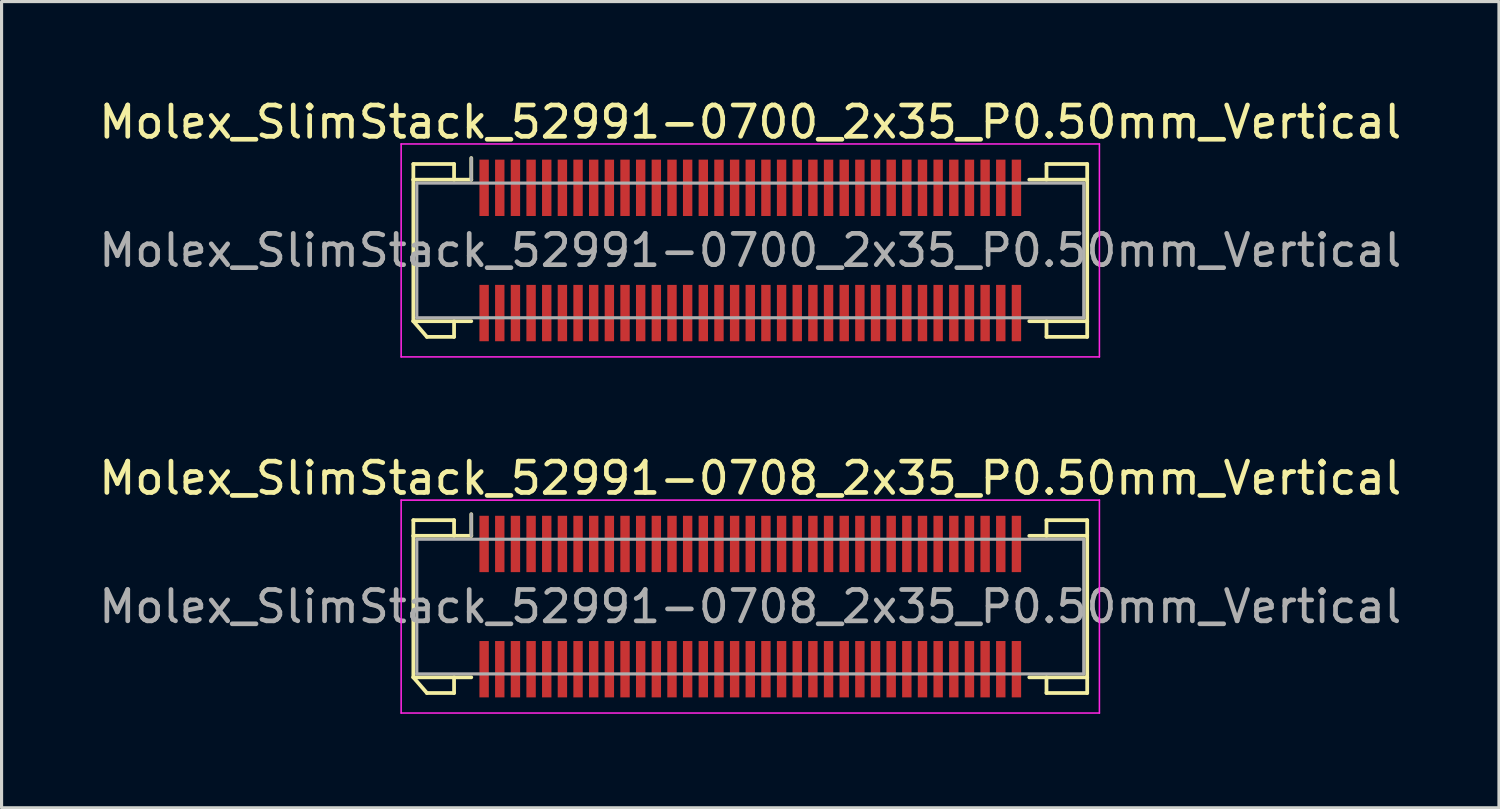
<source format=kicad_pcb>
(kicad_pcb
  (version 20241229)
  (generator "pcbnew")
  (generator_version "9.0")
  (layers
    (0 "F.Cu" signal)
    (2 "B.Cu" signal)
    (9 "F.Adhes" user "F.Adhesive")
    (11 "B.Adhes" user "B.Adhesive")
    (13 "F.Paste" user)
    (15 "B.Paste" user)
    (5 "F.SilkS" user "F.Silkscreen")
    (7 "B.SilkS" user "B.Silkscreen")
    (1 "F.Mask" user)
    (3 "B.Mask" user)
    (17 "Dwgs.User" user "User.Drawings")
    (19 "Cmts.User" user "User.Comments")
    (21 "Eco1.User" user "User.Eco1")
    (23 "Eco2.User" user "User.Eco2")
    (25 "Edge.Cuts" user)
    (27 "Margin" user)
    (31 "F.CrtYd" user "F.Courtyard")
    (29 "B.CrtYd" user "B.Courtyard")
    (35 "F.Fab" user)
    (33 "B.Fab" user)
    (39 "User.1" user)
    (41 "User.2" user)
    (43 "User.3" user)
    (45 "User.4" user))
  (footprint "Molex_SlimStack_52991-0708_2x35_P0.50mm_Vertical"
    (layer "F.Cu")
    (at 20.911 16.322)
    (property "Reference" "Molex_SlimStack_52991-0708_2x35_P0.50mm_Vertical" (at 0 -4.1 0) (layer "F.SilkS") (effects (font (size 1 1) (thickness 0.15))))
    (attr smd)
    (fp_line (start -10.76 -2.76) (end -9.46 -2.76) (stroke (width 0.12) (type solid)) (layer "F.SilkS"))
    (fp_line (start -10.76 -2.26) (end -10.76 -2.76) (stroke (width 0.12) (type solid)) (layer "F.SilkS"))
    (fp_line (start -10.76 -2.26) (end -8.91 -2.26) (stroke (width 0.12) (type solid)) (layer "F.SilkS"))
    (fp_line (start -10.76 2.26) (end -10.76 -2.26) (stroke (width 0.12) (type solid)) (layer "F.SilkS"))
    (fp_line (start -10.76 2.26) (end -10.327 2.76) (stroke (width 0.12) (type solid)) (layer "F.SilkS"))
    (fp_line (start -10.327 2.76) (end -9.46 2.76) (stroke (width 0.12) (type solid)) (layer "F.SilkS"))
    (fp_line (start -9.46 -2.76) (end -9.46 -2.26) (stroke (width 0.12) (type solid)) (layer "F.SilkS"))
    (fp_line (start -9.46 2.76) (end -9.46 2.26) (stroke (width 0.12) (type solid)) (layer "F.SilkS"))
    (fp_line (start -8.91 -2.26) (end -8.91 -2.95) (stroke (width 0.12) (type solid)) (layer "F.SilkS"))
    (fp_line (start -8.91 2.26) (end -10.76 2.26) (stroke (width 0.12) (type solid)) (layer "F.SilkS"))
    (fp_line (start 8.91 2.26) (end 10.76 2.26) (stroke (width 0.12) (type solid)) (layer "F.SilkS"))
    (fp_line (start 9.46 -2.76) (end 9.46 -2.26) (stroke (width 0.12) (type solid)) (layer "F.SilkS"))
    (fp_line (start 9.46 2.76) (end 9.46 2.26) (stroke (width 0.12) (type solid)) (layer "F.SilkS"))
    (fp_line (start 10.76 -2.76) (end 9.46 -2.76) (stroke (width 0.12) (type solid)) (layer "F.SilkS"))
    (fp_line (start 10.76 -2.26) (end 8.91 -2.26) (stroke (width 0.12) (type solid)) (layer "F.SilkS"))
    (fp_line (start 10.76 -2.26) (end 10.76 -2.76) (stroke (width 0.12) (type solid)) (layer "F.SilkS"))
    (fp_line (start 10.76 2.26) (end 10.76 -2.26) (stroke (width 0.12) (type solid)) (layer "F.SilkS"))
    (fp_line (start 10.76 2.26) (end 10.76 2.76) (stroke (width 0.12) (type solid)) (layer "F.SilkS"))
    (fp_line (start 10.76 2.76) (end 9.46 2.76) (stroke (width 0.12) (type solid)) (layer "F.SilkS"))
    (fp_line (start -11.15 -3.4) (end -11.15 3.4) (stroke (width 0.05) (type solid)) (layer "F.CrtYd"))
    (fp_line (start -11.15 3.4) (end 11.15 3.4) (stroke (width 0.05) (type solid)) (layer "F.CrtYd"))
    (fp_line (start 11.15 -3.4) (end -11.15 -3.4) (stroke (width 0.05) (type solid)) (layer "F.CrtYd"))
    (fp_line (start 11.15 3.4) (end 11.15 -3.4) (stroke (width 0.05) (type solid)) (layer "F.CrtYd"))
    (fp_line (start -10.65 -2.15) (end -10.65 2.15) (stroke (width 0.1) (type solid)) (layer "F.Fab"))
    (fp_line (start -10.65 2.15) (end 10.65 2.15) (stroke (width 0.1) (type solid)) (layer "F.Fab"))
    (fp_line (start -8.91 -2.26) (end -8.91 -2.95) (stroke (width 0.1) (type solid)) (layer "F.Fab"))
    (fp_line (start 10.65 -2.15) (end -10.65 -2.15) (stroke (width 0.1) (type solid)) (layer "F.Fab"))
    (fp_line (start 10.65 2.15) (end 10.65 -2.15) (stroke (width 0.1) (type solid)) (layer "F.Fab"))
    (fp_text user "${REFERENCE}" (at 0 0 0) (layer "F.Fab") (effects (font (size 1 1) (thickness 0.15))))
    (pad "1" smd rect (at -8.5 -2) (size 0.3 1.8) (layers "F.Cu" "F.Mask" "F.Paste"))
    (pad "2" smd rect (at -8.5 2) (size 0.3 1.8) (layers "F.Cu" "F.Mask" "F.Paste"))
    (pad "3" smd rect (at -8 -2) (size 0.3 1.8) (layers "F.Cu" "F.Mask" "F.Paste"))
    (pad "4" smd rect (at -8 2) (size 0.3 1.8) (layers "F.Cu" "F.Mask" "F.Paste"))
    (pad "5" smd rect (at -7.5 -2) (size 0.3 1.8) (layers "F.Cu" "F.Mask" "F.Paste"))
    (pad "6" smd rect (at -7.5 2) (size 0.3 1.8) (layers "F.Cu" "F.Mask" "F.Paste"))
    (pad "7" smd rect (at -7 -2) (size 0.3 1.8) (layers "F.Cu" "F.Mask" "F.Paste"))
    (pad "8" smd rect (at -7 2) (size 0.3 1.8) (layers "F.Cu" "F.Mask" "F.Paste"))
    (pad "9" smd rect (at -6.5 -2) (size 0.3 1.8) (layers "F.Cu" "F.Mask" "F.Paste"))
    (pad "10" smd rect (at -6.5 2) (size 0.3 1.8) (layers "F.Cu" "F.Mask" "F.Paste"))
    (pad "11" smd rect (at -6 -2) (size 0.3 1.8) (layers "F.Cu" "F.Mask" "F.Paste"))
    (pad "12" smd rect (at -6 2) (size 0.3 1.8) (layers "F.Cu" "F.Mask" "F.Paste"))
    (pad "13" smd rect (at -5.5 -2) (size 0.3 1.8) (layers "F.Cu" "F.Mask" "F.Paste"))
    (pad "14" smd rect (at -5.5 2) (size 0.3 1.8) (layers "F.Cu" "F.Mask" "F.Paste"))
    (pad "15" smd rect (at -5 -2) (size 0.3 1.8) (layers "F.Cu" "F.Mask" "F.Paste"))
    (pad "16" smd rect (at -5 2) (size 0.3 1.8) (layers "F.Cu" "F.Mask" "F.Paste"))
    (pad "17" smd rect (at -4.5 -2) (size 0.3 1.8) (layers "F.Cu" "F.Mask" "F.Paste"))
    (pad "18" smd rect (at -4.5 2) (size 0.3 1.8) (layers "F.Cu" "F.Mask" "F.Paste"))
    (pad "19" smd rect (at -4 -2) (size 0.3 1.8) (layers "F.Cu" "F.Mask" "F.Paste"))
    (pad "20" smd rect (at -4 2) (size 0.3 1.8) (layers "F.Cu" "F.Mask" "F.Paste"))
    (pad "21" smd rect (at -3.5 -2) (size 0.3 1.8) (layers "F.Cu" "F.Mask" "F.Paste"))
    (pad "22" smd rect (at -3.5 2) (size 0.3 1.8) (layers "F.Cu" "F.Mask" "F.Paste"))
    (pad "23" smd rect (at -3 -2) (size 0.3 1.8) (layers "F.Cu" "F.Mask" "F.Paste"))
    (pad "24" smd rect (at -3 2) (size 0.3 1.8) (layers "F.Cu" "F.Mask" "F.Paste"))
    (pad "25" smd rect (at -2.5 -2) (size 0.3 1.8) (layers "F.Cu" "F.Mask" "F.Paste"))
    (pad "26" smd rect (at -2.5 2) (size 0.3 1.8) (layers "F.Cu" "F.Mask" "F.Paste"))
    (pad "27" smd rect (at -2 -2) (size 0.3 1.8) (layers "F.Cu" "F.Mask" "F.Paste"))
    (pad "28" smd rect (at -2 2) (size 0.3 1.8) (layers "F.Cu" "F.Mask" "F.Paste"))
    (pad "29" smd rect (at -1.5 -2) (size 0.3 1.8) (layers "F.Cu" "F.Mask" "F.Paste"))
    (pad "30" smd rect (at -1.5 2) (size 0.3 1.8) (layers "F.Cu" "F.Mask" "F.Paste"))
    (pad "31" smd rect (at -1 -2) (size 0.3 1.8) (layers "F.Cu" "F.Mask" "F.Paste"))
    (pad "32" smd rect (at -1 2) (size 0.3 1.8) (layers "F.Cu" "F.Mask" "F.Paste"))
    (pad "33" smd rect (at -0.5 -2) (size 0.3 1.8) (layers "F.Cu" "F.Mask" "F.Paste"))
    (pad "34" smd rect (at -0.5 2) (size 0.3 1.8) (layers "F.Cu" "F.Mask" "F.Paste"))
    (pad "35" smd rect (at 0 -2) (size 0.3 1.8) (layers "F.Cu" "F.Mask" "F.Paste"))
    (pad "36" smd rect (at 0 2) (size 0.3 1.8) (layers "F.Cu" "F.Mask" "F.Paste"))
    (pad "37" smd rect (at 0.5 -2) (size 0.3 1.8) (layers "F.Cu" "F.Mask" "F.Paste"))
    (pad "38" smd rect (at 0.5 2) (size 0.3 1.8) (layers "F.Cu" "F.Mask" "F.Paste"))
    (pad "39" smd rect (at 1 -2) (size 0.3 1.8) (layers "F.Cu" "F.Mask" "F.Paste"))
    (pad "40" smd rect (at 1 2) (size 0.3 1.8) (layers "F.Cu" "F.Mask" "F.Paste"))
    (pad "41" smd rect (at 1.5 -2) (size 0.3 1.8) (layers "F.Cu" "F.Mask" "F.Paste"))
    (pad "42" smd rect (at 1.5 2) (size 0.3 1.8) (layers "F.Cu" "F.Mask" "F.Paste"))
    (pad "43" smd rect (at 2 -2) (size 0.3 1.8) (layers "F.Cu" "F.Mask" "F.Paste"))
    (pad "44" smd rect (at 2 2) (size 0.3 1.8) (layers "F.Cu" "F.Mask" "F.Paste"))
    (pad "45" smd rect (at 2.5 -2) (size 0.3 1.8) (layers "F.Cu" "F.Mask" "F.Paste"))
    (pad "46" smd rect (at 2.5 2) (size 0.3 1.8) (layers "F.Cu" "F.Mask" "F.Paste"))
    (pad "47" smd rect (at 3 -2) (size 0.3 1.8) (layers "F.Cu" "F.Mask" "F.Paste"))
    (pad "48" smd rect (at 3 2) (size 0.3 1.8) (layers "F.Cu" "F.Mask" "F.Paste"))
    (pad "49" smd rect (at 3.5 -2) (size 0.3 1.8) (layers "F.Cu" "F.Mask" "F.Paste"))
    (pad "50" smd rect (at 3.5 2) (size 0.3 1.8) (layers "F.Cu" "F.Mask" "F.Paste"))
    (pad "51" smd rect (at 4 -2) (size 0.3 1.8) (layers "F.Cu" "F.Mask" "F.Paste"))
    (pad "52" smd rect (at 4 2) (size 0.3 1.8) (layers "F.Cu" "F.Mask" "F.Paste"))
    (pad "53" smd rect (at 4.5 -2) (size 0.3 1.8) (layers "F.Cu" "F.Mask" "F.Paste"))
    (pad "54" smd rect (at 4.5 2) (size 0.3 1.8) (layers "F.Cu" "F.Mask" "F.Paste"))
    (pad "55" smd rect (at 5 -2) (size 0.3 1.8) (layers "F.Cu" "F.Mask" "F.Paste"))
    (pad "56" smd rect (at 5 2) (size 0.3 1.8) (layers "F.Cu" "F.Mask" "F.Paste"))
    (pad "57" smd rect (at 5.5 -2) (size 0.3 1.8) (layers "F.Cu" "F.Mask" "F.Paste"))
    (pad "58" smd rect (at 5.5 2) (size 0.3 1.8) (layers "F.Cu" "F.Mask" "F.Paste"))
    (pad "59" smd rect (at 6 -2) (size 0.3 1.8) (layers "F.Cu" "F.Mask" "F.Paste"))
    (pad "60" smd rect (at 6 2) (size 0.3 1.8) (layers "F.Cu" "F.Mask" "F.Paste"))
    (pad "61" smd rect (at 6.5 -2) (size 0.3 1.8) (layers "F.Cu" "F.Mask" "F.Paste"))
    (pad "62" smd rect (at 6.5 2) (size 0.3 1.8) (layers "F.Cu" "F.Mask" "F.Paste"))
    (pad "63" smd rect (at 7 -2) (size 0.3 1.8) (layers "F.Cu" "F.Mask" "F.Paste"))
    (pad "64" smd rect (at 7 2) (size 0.3 1.8) (layers "F.Cu" "F.Mask" "F.Paste"))
    (pad "65" smd rect (at 7.5 -2) (size 0.3 1.8) (layers "F.Cu" "F.Mask" "F.Paste"))
    (pad "66" smd rect (at 7.5 2) (size 0.3 1.8) (layers "F.Cu" "F.Mask" "F.Paste"))
    (pad "67" smd rect (at 8 -2) (size 0.3 1.8) (layers "F.Cu" "F.Mask" "F.Paste"))
    (pad "68" smd rect (at 8 2) (size 0.3 1.8) (layers "F.Cu" "F.Mask" "F.Paste"))
    (pad "69" smd rect (at 8.5 -2) (size 0.3 1.8) (layers "F.Cu" "F.Mask" "F.Paste"))
    (pad "70" smd rect (at 8.5 2) (size 0.3 1.8) (layers "F.Cu" "F.Mask" "F.Paste")))
  (footprint "Molex_SlimStack_52991-0700_2x35_P0.50mm_Vertical"
    (layer "F.Cu")
    (at 20.911 4.948)
    (property "Reference" "Molex_SlimStack_52991-0700_2x35_P0.50mm_Vertical" (at 0 -4.1 0) (layer "F.SilkS") (effects (font (size 1 1) (thickness 0.15))))
    (attr smd)
    (fp_line (start -10.76 -2.76) (end -9.46 -2.76) (stroke (width 0.12) (type solid)) (layer "F.SilkS"))
    (fp_line (start -10.76 -2.26) (end -10.76 -2.76) (stroke (width 0.12) (type solid)) (layer "F.SilkS"))
    (fp_line (start -10.76 -2.26) (end -8.91 -2.26) (stroke (width 0.12) (type solid)) (layer "F.SilkS"))
    (fp_line (start -10.76 2.26) (end -10.76 -2.26) (stroke (width 0.12) (type solid)) (layer "F.SilkS"))
    (fp_line (start -10.76 2.26) (end -10.327 2.76) (stroke (width 0.12) (type solid)) (layer "F.SilkS"))
    (fp_line (start -10.327 2.76) (end -9.46 2.76) (stroke (width 0.12) (type solid)) (layer "F.SilkS"))
    (fp_line (start -9.46 -2.76) (end -9.46 -2.26) (stroke (width 0.12) (type solid)) (layer "F.SilkS"))
    (fp_line (start -9.46 2.76) (end -9.46 2.26) (stroke (width 0.12) (type solid)) (layer "F.SilkS"))
    (fp_line (start -8.91 -2.26) (end -8.91 -2.95) (stroke (width 0.12) (type solid)) (layer "F.SilkS"))
    (fp_line (start -8.91 2.26) (end -10.76 2.26) (stroke (width 0.12) (type solid)) (layer "F.SilkS"))
    (fp_line (start 8.91 2.26) (end 10.76 2.26) (stroke (width 0.12) (type solid)) (layer "F.SilkS"))
    (fp_line (start 9.46 -2.76) (end 9.46 -2.26) (stroke (width 0.12) (type solid)) (layer "F.SilkS"))
    (fp_line (start 9.46 2.76) (end 9.46 2.26) (stroke (width 0.12) (type solid)) (layer "F.SilkS"))
    (fp_line (start 10.76 -2.76) (end 9.46 -2.76) (stroke (width 0.12) (type solid)) (layer "F.SilkS"))
    (fp_line (start 10.76 -2.26) (end 8.91 -2.26) (stroke (width 0.12) (type solid)) (layer "F.SilkS"))
    (fp_line (start 10.76 -2.26) (end 10.76 -2.76) (stroke (width 0.12) (type solid)) (layer "F.SilkS"))
    (fp_line (start 10.76 2.26) (end 10.76 -2.26) (stroke (width 0.12) (type solid)) (layer "F.SilkS"))
    (fp_line (start 10.76 2.26) (end 10.76 2.76) (stroke (width 0.12) (type solid)) (layer "F.SilkS"))
    (fp_line (start 10.76 2.76) (end 9.46 2.76) (stroke (width 0.12) (type solid)) (layer "F.SilkS"))
    (fp_line (start -11.15 -3.4) (end -11.15 3.4) (stroke (width 0.05) (type solid)) (layer "F.CrtYd"))
    (fp_line (start -11.15 3.4) (end 11.15 3.4) (stroke (width 0.05) (type solid)) (layer "F.CrtYd"))
    (fp_line (start 11.15 -3.4) (end -11.15 -3.4) (stroke (width 0.05) (type solid)) (layer "F.CrtYd"))
    (fp_line (start 11.15 3.4) (end 11.15 -3.4) (stroke (width 0.05) (type solid)) (layer "F.CrtYd"))
    (fp_line (start -10.65 -2.15) (end -10.65 2.15) (stroke (width 0.1) (type solid)) (layer "F.Fab"))
    (fp_line (start -10.65 2.15) (end 10.65 2.15) (stroke (width 0.1) (type solid)) (layer "F.Fab"))
    (fp_line (start -8.91 -2.26) (end -8.91 -2.95) (stroke (width 0.1) (type solid)) (layer "F.Fab"))
    (fp_line (start 10.65 -2.15) (end -10.65 -2.15) (stroke (width 0.1) (type solid)) (layer "F.Fab"))
    (fp_line (start 10.65 2.15) (end 10.65 -2.15) (stroke (width 0.1) (type solid)) (layer "F.Fab"))
    (fp_text user "${REFERENCE}" (at 0 0 0) (layer "F.Fab") (effects (font (size 1 1) (thickness 0.15))))
    (pad "1" smd rect (at -8.5 -2) (size 0.3 1.8) (layers "F.Cu" "F.Mask" "F.Paste"))
    (pad "2" smd rect (at -8.5 2) (size 0.3 1.8) (layers "F.Cu" "F.Mask" "F.Paste"))
    (pad "3" smd rect (at -8 -2) (size 0.3 1.8) (layers "F.Cu" "F.Mask" "F.Paste"))
    (pad "4" smd rect (at -8 2) (size 0.3 1.8) (layers "F.Cu" "F.Mask" "F.Paste"))
    (pad "5" smd rect (at -7.5 -2) (size 0.3 1.8) (layers "F.Cu" "F.Mask" "F.Paste"))
    (pad "6" smd rect (at -7.5 2) (size 0.3 1.8) (layers "F.Cu" "F.Mask" "F.Paste"))
    (pad "7" smd rect (at -7 -2) (size 0.3 1.8) (layers "F.Cu" "F.Mask" "F.Paste"))
    (pad "8" smd rect (at -7 2) (size 0.3 1.8) (layers "F.Cu" "F.Mask" "F.Paste"))
    (pad "9" smd rect (at -6.5 -2) (size 0.3 1.8) (layers "F.Cu" "F.Mask" "F.Paste"))
    (pad "10" smd rect (at -6.5 2) (size 0.3 1.8) (layers "F.Cu" "F.Mask" "F.Paste"))
    (pad "11" smd rect (at -6 -2) (size 0.3 1.8) (layers "F.Cu" "F.Mask" "F.Paste"))
    (pad "12" smd rect (at -6 2) (size 0.3 1.8) (layers "F.Cu" "F.Mask" "F.Paste"))
    (pad "13" smd rect (at -5.5 -2) (size 0.3 1.8) (layers "F.Cu" "F.Mask" "F.Paste"))
    (pad "14" smd rect (at -5.5 2) (size 0.3 1.8) (layers "F.Cu" "F.Mask" "F.Paste"))
    (pad "15" smd rect (at -5 -2) (size 0.3 1.8) (layers "F.Cu" "F.Mask" "F.Paste"))
    (pad "16" smd rect (at -5 2) (size 0.3 1.8) (layers "F.Cu" "F.Mask" "F.Paste"))
    (pad "17" smd rect (at -4.5 -2) (size 0.3 1.8) (layers "F.Cu" "F.Mask" "F.Paste"))
    (pad "18" smd rect (at -4.5 2) (size 0.3 1.8) (layers "F.Cu" "F.Mask" "F.Paste"))
    (pad "19" smd rect (at -4 -2) (size 0.3 1.8) (layers "F.Cu" "F.Mask" "F.Paste"))
    (pad "20" smd rect (at -4 2) (size 0.3 1.8) (layers "F.Cu" "F.Mask" "F.Paste"))
    (pad "21" smd rect (at -3.5 -2) (size 0.3 1.8) (layers "F.Cu" "F.Mask" "F.Paste"))
    (pad "22" smd rect (at -3.5 2) (size 0.3 1.8) (layers "F.Cu" "F.Mask" "F.Paste"))
    (pad "23" smd rect (at -3 -2) (size 0.3 1.8) (layers "F.Cu" "F.Mask" "F.Paste"))
    (pad "24" smd rect (at -3 2) (size 0.3 1.8) (layers "F.Cu" "F.Mask" "F.Paste"))
    (pad "25" smd rect (at -2.5 -2) (size 0.3 1.8) (layers "F.Cu" "F.Mask" "F.Paste"))
    (pad "26" smd rect (at -2.5 2) (size 0.3 1.8) (layers "F.Cu" "F.Mask" "F.Paste"))
    (pad "27" smd rect (at -2 -2) (size 0.3 1.8) (layers "F.Cu" "F.Mask" "F.Paste"))
    (pad "28" smd rect (at -2 2) (size 0.3 1.8) (layers "F.Cu" "F.Mask" "F.Paste"))
    (pad "29" smd rect (at -1.5 -2) (size 0.3 1.8) (layers "F.Cu" "F.Mask" "F.Paste"))
    (pad "30" smd rect (at -1.5 2) (size 0.3 1.8) (layers "F.Cu" "F.Mask" "F.Paste"))
    (pad "31" smd rect (at -1 -2) (size 0.3 1.8) (layers "F.Cu" "F.Mask" "F.Paste"))
    (pad "32" smd rect (at -1 2) (size 0.3 1.8) (layers "F.Cu" "F.Mask" "F.Paste"))
    (pad "33" smd rect (at -0.5 -2) (size 0.3 1.8) (layers "F.Cu" "F.Mask" "F.Paste"))
    (pad "34" smd rect (at -0.5 2) (size 0.3 1.8) (layers "F.Cu" "F.Mask" "F.Paste"))
    (pad "35" smd rect (at 0 -2) (size 0.3 1.8) (layers "F.Cu" "F.Mask" "F.Paste"))
    (pad "36" smd rect (at 0 2) (size 0.3 1.8) (layers "F.Cu" "F.Mask" "F.Paste"))
    (pad "37" smd rect (at 0.5 -2) (size 0.3 1.8) (layers "F.Cu" "F.Mask" "F.Paste"))
    (pad "38" smd rect (at 0.5 2) (size 0.3 1.8) (layers "F.Cu" "F.Mask" "F.Paste"))
    (pad "39" smd rect (at 1 -2) (size 0.3 1.8) (layers "F.Cu" "F.Mask" "F.Paste"))
    (pad "40" smd rect (at 1 2) (size 0.3 1.8) (layers "F.Cu" "F.Mask" "F.Paste"))
    (pad "41" smd rect (at 1.5 -2) (size 0.3 1.8) (layers "F.Cu" "F.Mask" "F.Paste"))
    (pad "42" smd rect (at 1.5 2) (size 0.3 1.8) (layers "F.Cu" "F.Mask" "F.Paste"))
    (pad "43" smd rect (at 2 -2) (size 0.3 1.8) (layers "F.Cu" "F.Mask" "F.Paste"))
    (pad "44" smd rect (at 2 2) (size 0.3 1.8) (layers "F.Cu" "F.Mask" "F.Paste"))
    (pad "45" smd rect (at 2.5 -2) (size 0.3 1.8) (layers "F.Cu" "F.Mask" "F.Paste"))
    (pad "46" smd rect (at 2.5 2) (size 0.3 1.8) (layers "F.Cu" "F.Mask" "F.Paste"))
    (pad "47" smd rect (at 3 -2) (size 0.3 1.8) (layers "F.Cu" "F.Mask" "F.Paste"))
    (pad "48" smd rect (at 3 2) (size 0.3 1.8) (layers "F.Cu" "F.Mask" "F.Paste"))
    (pad "49" smd rect (at 3.5 -2) (size 0.3 1.8) (layers "F.Cu" "F.Mask" "F.Paste"))
    (pad "50" smd rect (at 3.5 2) (size 0.3 1.8) (layers "F.Cu" "F.Mask" "F.Paste"))
    (pad "51" smd rect (at 4 -2) (size 0.3 1.8) (layers "F.Cu" "F.Mask" "F.Paste"))
    (pad "52" smd rect (at 4 2) (size 0.3 1.8) (layers "F.Cu" "F.Mask" "F.Paste"))
    (pad "53" smd rect (at 4.5 -2) (size 0.3 1.8) (layers "F.Cu" "F.Mask" "F.Paste"))
    (pad "54" smd rect (at 4.5 2) (size 0.3 1.8) (layers "F.Cu" "F.Mask" "F.Paste"))
    (pad "55" smd rect (at 5 -2) (size 0.3 1.8) (layers "F.Cu" "F.Mask" "F.Paste"))
    (pad "56" smd rect (at 5 2) (size 0.3 1.8) (layers "F.Cu" "F.Mask" "F.Paste"))
    (pad "57" smd rect (at 5.5 -2) (size 0.3 1.8) (layers "F.Cu" "F.Mask" "F.Paste"))
    (pad "58" smd rect (at 5.5 2) (size 0.3 1.8) (layers "F.Cu" "F.Mask" "F.Paste"))
    (pad "59" smd rect (at 6 -2) (size 0.3 1.8) (layers "F.Cu" "F.Mask" "F.Paste"))
    (pad "60" smd rect (at 6 2) (size 0.3 1.8) (layers "F.Cu" "F.Mask" "F.Paste"))
    (pad "61" smd rect (at 6.5 -2) (size 0.3 1.8) (layers "F.Cu" "F.Mask" "F.Paste"))
    (pad "62" smd rect (at 6.5 2) (size 0.3 1.8) (layers "F.Cu" "F.Mask" "F.Paste"))
    (pad "63" smd rect (at 7 -2) (size 0.3 1.8) (layers "F.Cu" "F.Mask" "F.Paste"))
    (pad "64" smd rect (at 7 2) (size 0.3 1.8) (layers "F.Cu" "F.Mask" "F.Paste"))
    (pad "65" smd rect (at 7.5 -2) (size 0.3 1.8) (layers "F.Cu" "F.Mask" "F.Paste"))
    (pad "66" smd rect (at 7.5 2) (size 0.3 1.8) (layers "F.Cu" "F.Mask" "F.Paste"))
    (pad "67" smd rect (at 8 -2) (size 0.3 1.8) (layers "F.Cu" "F.Mask" "F.Paste"))
    (pad "68" smd rect (at 8 2) (size 0.3 1.8) (layers "F.Cu" "F.Mask" "F.Paste"))
    (pad "69" smd rect (at 8.5 -2) (size 0.3 1.8) (layers "F.Cu" "F.Mask" "F.Paste"))
    (pad "70" smd rect (at 8.5 2) (size 0.3 1.8) (layers "F.Cu" "F.Mask" "F.Paste")))
  (gr_rect
    (start -3 -3)
    (end 44.821 22.747)
    (stroke (width 0.1) (type default))
    (fill no)
    (layer "Edge.Cuts")))
</source>
